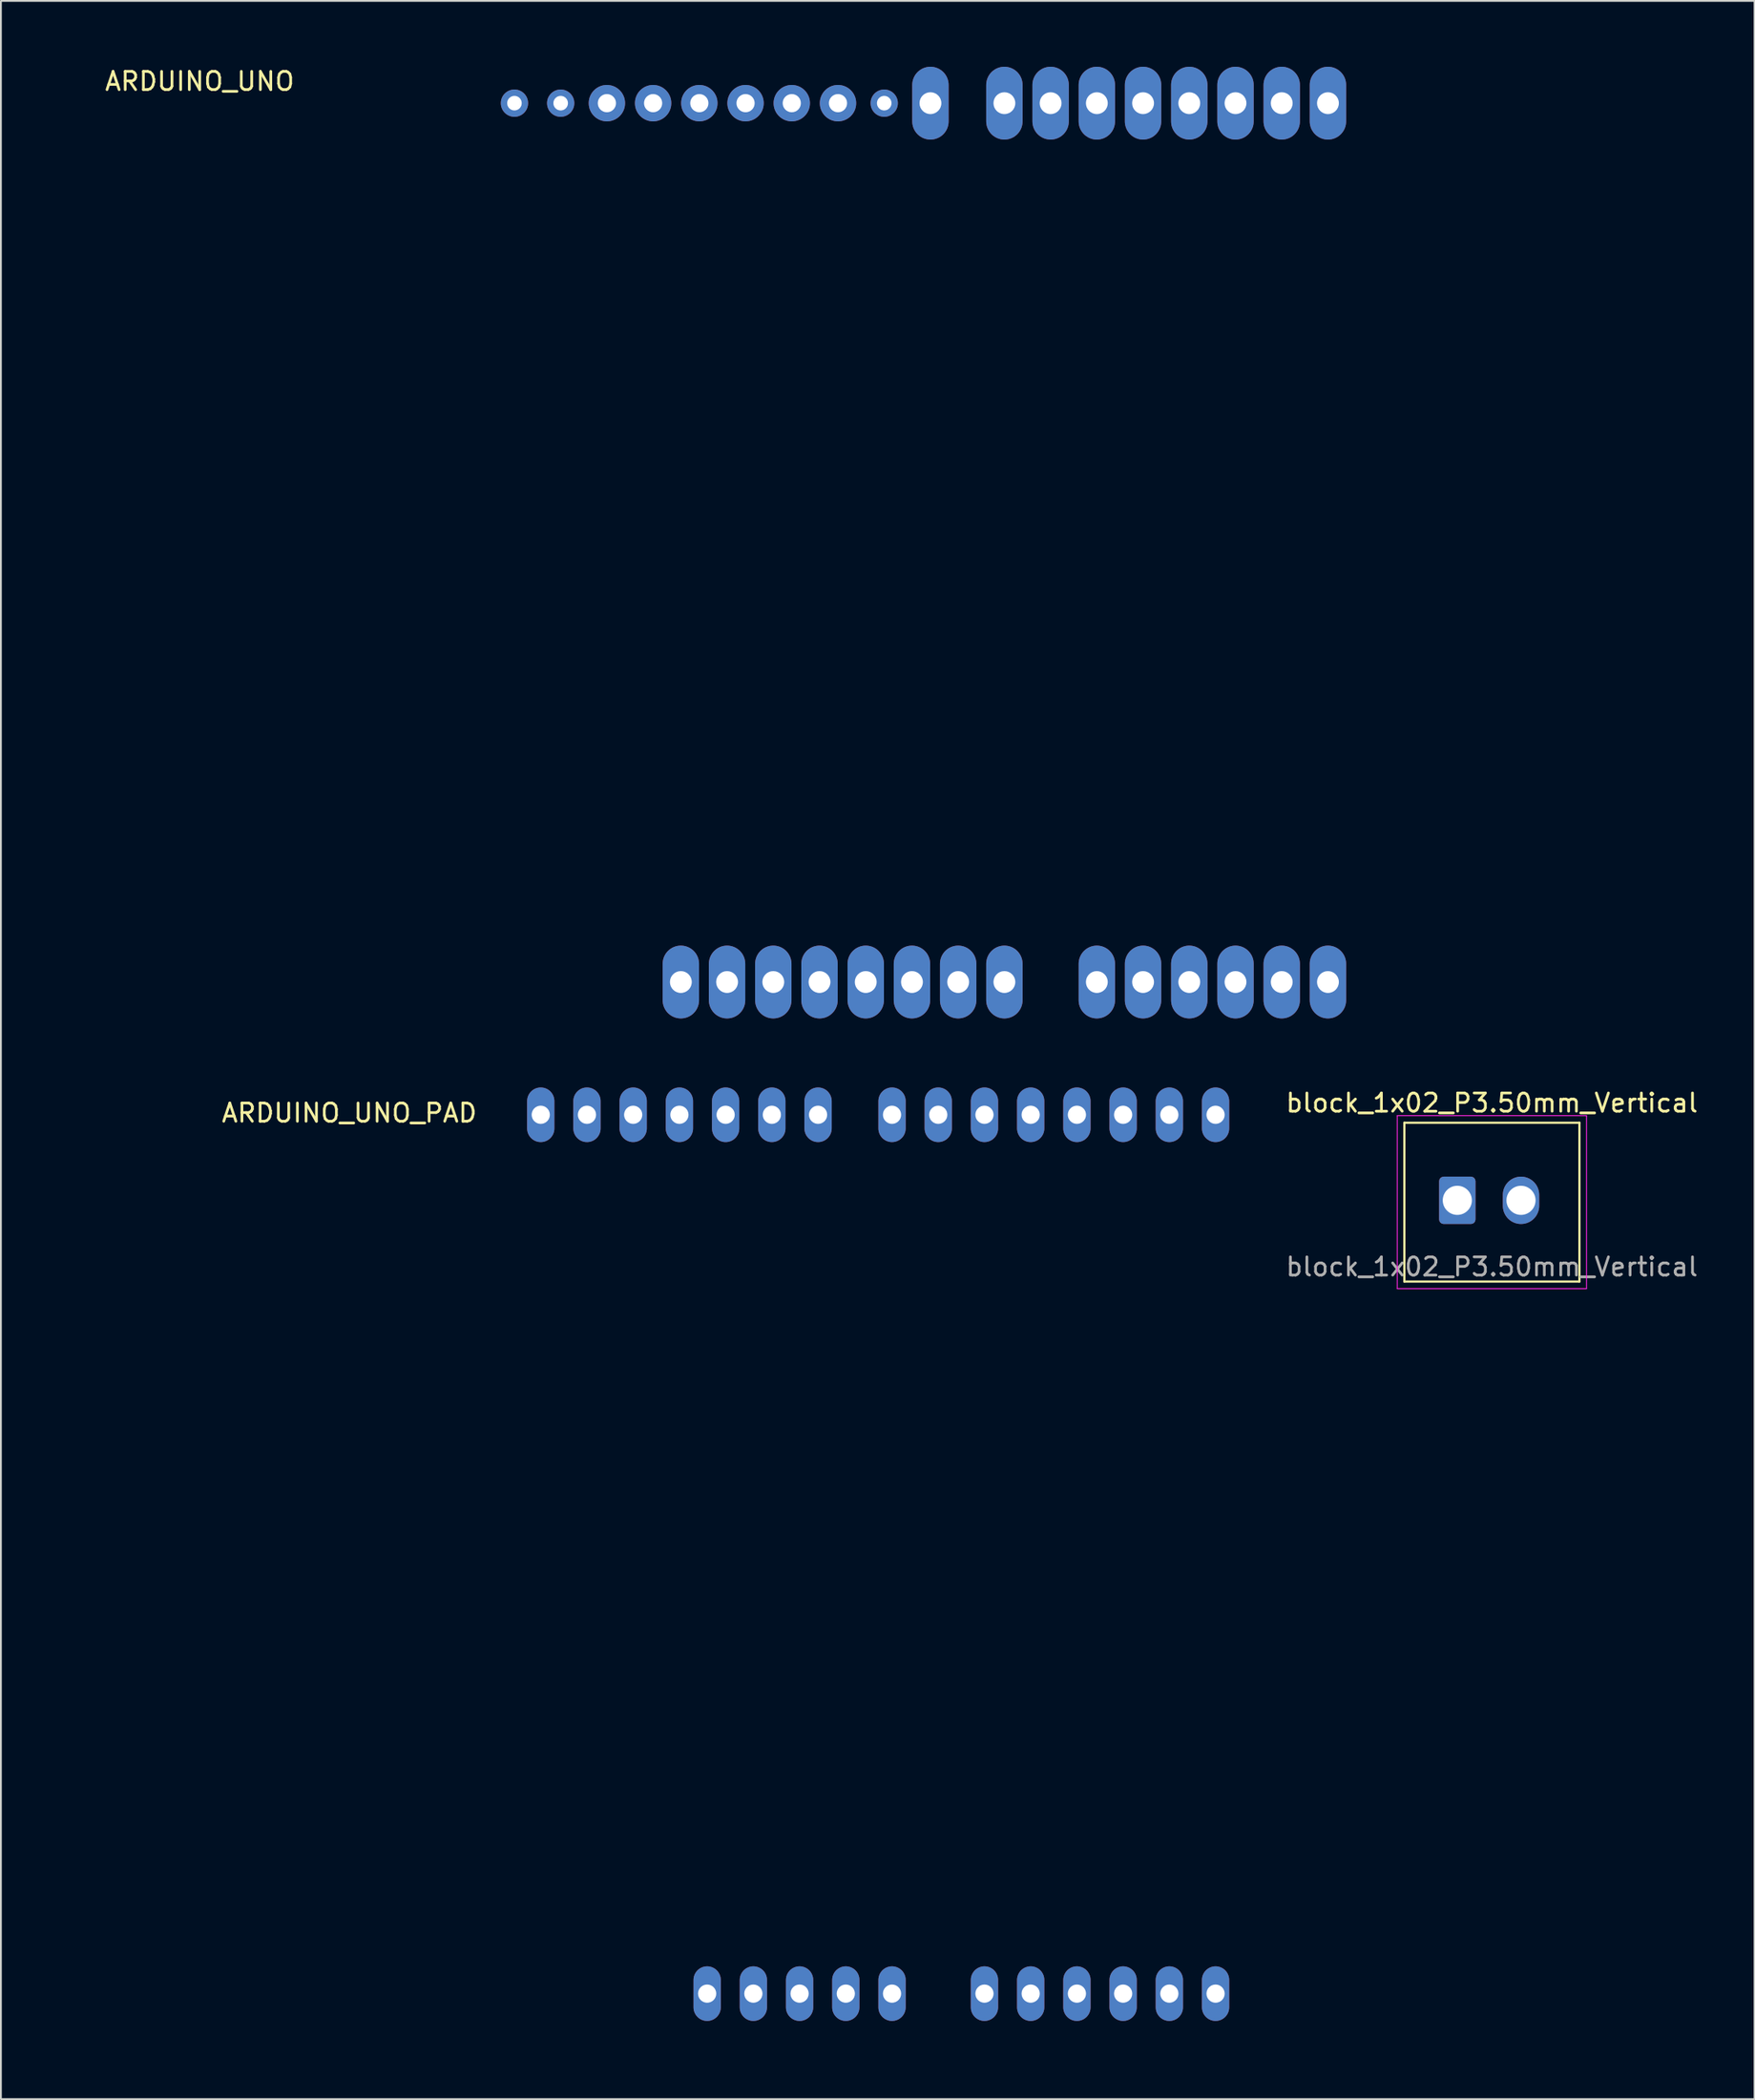
<source format=kicad_pcb>
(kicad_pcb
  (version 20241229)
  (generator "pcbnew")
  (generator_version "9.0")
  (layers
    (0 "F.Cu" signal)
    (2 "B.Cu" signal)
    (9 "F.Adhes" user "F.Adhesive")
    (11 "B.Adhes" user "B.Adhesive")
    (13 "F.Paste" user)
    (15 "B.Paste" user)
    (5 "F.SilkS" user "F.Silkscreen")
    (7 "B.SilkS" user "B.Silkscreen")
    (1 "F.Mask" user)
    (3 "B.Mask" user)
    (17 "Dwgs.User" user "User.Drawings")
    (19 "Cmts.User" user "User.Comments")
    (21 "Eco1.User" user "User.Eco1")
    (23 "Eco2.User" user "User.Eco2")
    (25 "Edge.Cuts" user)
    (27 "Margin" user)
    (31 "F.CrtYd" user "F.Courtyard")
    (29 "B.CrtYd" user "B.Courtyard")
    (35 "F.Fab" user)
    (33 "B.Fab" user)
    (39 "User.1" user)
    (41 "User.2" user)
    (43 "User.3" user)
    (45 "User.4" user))
  (footprint "ARDUINO_UNO"
    (layer "F.Cu")
    (at 6.425 53.415)
    (property "Reference" "ARDUINO_UNO" (at 1.5 -52 0) (layer "F.SilkS") (effects (font (size 1 1) (thickness 0.15))))
    (attr exclude_from_pos_files exclude_from_bom)
    (fp_line (start -6.35 -43.815) (end -6.35 -32.385) (stroke (width 0.15) (type solid)) (layer "F.Mask"))
    (fp_line (start -6.35 -32.385) (end 0 -32.385) (stroke (width 0.15) (type solid)) (layer "F.Mask"))
    (fp_line (start -1.905 -12.065) (end -1.905 -3.175) (stroke (width 0.15) (type solid)) (layer "F.Mask"))
    (fp_line (start -1.905 -3.175) (end 0 -3.175) (stroke (width 0.15) (type solid)) (layer "F.Mask"))
    (fp_line (start 0 -53.34) (end 64.516 -53.34) (stroke (width 0.15) (type solid)) (layer "F.Mask"))
    (fp_line (start 0 -43.815) (end -6.35 -43.815) (stroke (width 0.15) (type solid)) (layer "F.Mask"))
    (fp_line (start 0 -32.385) (end 9.525 -32.385) (stroke (width 0.15) (type solid)) (layer "F.Mask"))
    (fp_line (start 0 -12.065) (end -1.905 -12.065) (stroke (width 0.15) (type solid)) (layer "F.Mask"))
    (fp_line (start 0 -3.175) (end 11.43 -3.175) (stroke (width 0.15) (type solid)) (layer "F.Mask"))
    (fp_line (start 0 0) (end 0 -53.34) (stroke (width 0.15) (type solid)) (layer "F.Mask"))
    (fp_line (start 0 0) (end 66.04 0) (stroke (width 0.15) (type solid)) (layer "F.Mask"))
    (fp_line (start 9.525 -43.815) (end 0 -43.815) (stroke (width 0.15) (type solid)) (layer "F.Mask"))
    (fp_line (start 9.525 -32.385) (end 9.525 -43.815) (stroke (width 0.15) (type solid)) (layer "F.Mask"))
    (fp_line (start 11.43 -12.065) (end 0 -12.065) (stroke (width 0.15) (type solid)) (layer "F.Mask"))
    (fp_line (start 11.43 -3.175) (end 11.43 -12.065) (stroke (width 0.15) (type solid)) (layer "F.Mask"))
    (fp_line (start 64.516 -53.34) (end 66.04 -51.816) (stroke (width 0.15) (type solid)) (layer "F.Mask"))
    (fp_line (start 66.04 -40.386) (end 66.04 -51.816) (stroke (width 0.15) (type solid)) (layer "F.Mask"))
    (fp_line (start 66.04 -40.386) (end 68.58 -37.846) (stroke (width 0.15) (type solid)) (layer "F.Mask"))
    (fp_line (start 66.04 0) (end 66.04 -2.54) (stroke (width 0.15) (type solid)) (layer "F.Mask"))
    (fp_line (start 68.58 -5.08) (end 66.04 -2.54) (stroke (width 0.15) (type solid)) (layer "F.Mask"))
    (fp_line (start 68.58 -5.08) (end 68.58 -37.846) (stroke (width 0.15) (type solid)) (layer "F.Mask"))
    (fp_circle (center 13.97 -2.54) (end 15.494 -2.54) (stroke (width 0.15) (type solid)) (fill no) (layer "F.Mask"))
    (fp_circle (center 15.24 -50.8) (end 13.716 -50.8) (stroke (width 0.15) (type solid)) (fill no) (layer "F.Mask"))
    (fp_circle (center 66.04 -35.56) (end 67.564 -35.56) (stroke (width 0.15) (type solid)) (fill no) (layer "F.Mask"))
    (fp_circle (center 66.04 -7.62) (end 67.564 -7.62) (stroke (width 0.15) (type solid)) (fill no) (layer "F.Mask"))
    (pad "0" thru_hole oval (at 63.5 -50.8) (size 2 4) (drill 1.2) (layers "*.Cu" "*.Mask"))
    (pad "1" thru_hole oval (at 60.96 -50.8) (size 2 4) (drill 1.2) (layers "*.Cu" "*.Mask"))
    (pad "2" thru_hole oval (at 58.42 -50.8) (size 2 4) (drill 1.2) (layers "*.Cu" "*.Mask"))
    (pad "3" thru_hole oval (at 55.88 -50.8) (size 2 4) (drill 1.2) (layers "*.Cu" "*.Mask"))
    (pad "3V3" thru_hole oval (at 35.56 -2.54) (size 2 4) (drill 1.2) (layers "*.Cu" "*.Mask"))
    (pad "4" thru_hole oval (at 53.34 -50.8) (size 2 4) (drill 1.2) (layers "*.Cu" "*.Mask"))
    (pad "5" thru_hole oval (at 50.8 -50.8) (size 2 4) (drill 1.2) (layers "*.Cu" "*.Mask"))
    (pad "5V" thru_hole oval (at 38.1 -2.54) (size 2 4) (drill 1.2) (layers "*.Cu" "*.Mask"))
    (pad "6" thru_hole oval (at 48.26 -50.8) (size 2 4) (drill 1.2) (layers "*.Cu" "*.Mask"))
    (pad "7" thru_hole oval (at 45.72 -50.8) (size 2 4) (drill 1.2) (layers "*.Cu" "*.Mask"))
    (pad "8" thru_hole oval (at 41.656 -50.8) (size 2 4) (drill 1.2) (layers "*.Cu" "*.Mask"))
    (pad "9" thru_hole circle (at 39.116 -50.8) (size 1.5 1.5) (drill 0.8) (layers "*.Cu" "*.Mask"))
    (pad "10" thru_hole circle (at 36.576 -50.8) (size 2 2) (drill 1) (layers "*.Cu" "*.Mask"))
    (pad "11" thru_hole circle (at 34.036 -50.8) (size 2 2) (drill 1) (layers "*.Cu" "*.Mask"))
    (pad "12" thru_hole circle (at 31.496 -50.8) (size 2 2) (drill 1) (layers "*.Cu" "*.Mask"))
    (pad "13" thru_hole circle (at 28.956 -50.8) (size 2 2) (drill 1) (layers "*.Cu" "*.Mask"))
    (pad "A0" thru_hole oval (at 50.8 -2.54) (size 2 4) (drill 1.2) (layers "*.Cu" "*.Mask"))
    (pad "A1" thru_hole oval (at 53.34 -2.54) (size 2 4) (drill 1.2) (layers "*.Cu" "*.Mask"))
    (pad "A2" thru_hole oval (at 55.88 -2.54) (size 2 4) (drill 1.2) (layers "*.Cu" "*.Mask"))
    (pad "A3" thru_hole oval (at 58.42 -2.54) (size 2 4) (drill 1.2) (layers "*.Cu" "*.Mask"))
    (pad "A4" thru_hole circle (at 21.336 -50.8) (size 1.5 1.5) (drill 0.8) (layers "*.Cu" "*.Mask"))
    (pad "A4" thru_hole oval (at 60.96 -2.54) (size 2 4) (drill 1.2) (layers "*.Cu" "*.Mask"))
    (pad "A5" thru_hole circle (at 18.796 -50.8) (size 1.5 1.5) (drill 0.8) (layers "*.Cu" "*.Mask"))
    (pad "A5" thru_hole oval (at 63.5 -2.54) (size 2 4) (drill 1.2) (layers "*.Cu" "*.Mask"))
    (pad "AR" thru_hole circle (at 23.876 -50.8) (size 2 2) (drill 1) (layers "*.Cu" "*.Mask"))
    (pad "GND" thru_hole circle (at 26.416 -50.8) (size 2 2) (drill 1) (layers "*.Cu" "*.Mask"))
    (pad "GND" thru_hole oval (at 40.64 -2.54) (size 2 4) (drill 1.2) (layers "*.Cu" "*.Mask"))
    (pad "GND" thru_hole oval (at 43.18 -2.54) (size 2 4) (drill 1.2) (layers "*.Cu" "*.Mask"))
    (pad "IOR" thru_hole oval (at 30.48 -2.54) (size 2 4) (drill 1.2) (layers "*.Cu" "*.Mask"))
    (pad "NOT" thru_hole oval (at 27.94 -2.54) (size 2 4) (drill 1.2) (layers "*.Cu" "*.Mask"))
    (pad "RT" thru_hole oval (at 33.02 -2.54) (size 2 4) (drill 1.2) (layers "*.Cu" "*.Mask"))
    (pad "VIN" thru_hole oval (at 45.72 -2.54) (size 2 4) (drill 1.2) (layers "*.Cu" "*.Mask")))
  (footprint "ARDUINO_UNO_PAD"
    (layer "F.Cu")
    (at 0.25 108.965)
    (property "Reference" "ARDUINO_UNO_PAD" (at 15.9 -50.9 0) (layer "F.SilkS") (effects (font (size 1 1) (thickness 0.15))))
    (attr exclude_from_pos_files exclude_from_bom)
    (pad "" smd oval (at 18.796 -50.8) (size 1.5 3) (layers "F.Paste"))
    (pad "" smd oval (at 21.336 -50.8) (size 1.5 3) (layers "F.Paste"))
    (pad "" smd oval (at 23.876 -50.8) (size 1.5 3) (layers "F.Paste"))
    (pad "" smd oval (at 27.94 -2.54) (size 1.5 3) (layers "F.Paste"))
    (pad "" smd oval (at 30.48 -2.54) (size 1.5 3) (layers "F.Paste"))
    (pad "" smd oval (at 33.02 -2.54) (size 1.5 3) (layers "F.Paste"))
    (pad "0" thru_hole oval (at 63.5 -50.8) (size 1.5 3) (drill 1) (layers "*.Cu" "*.Mask"))
    (pad "1" thru_hole oval (at 60.96 -50.8) (size 1.5 3) (drill 1) (layers "*.Cu" "*.Mask"))
    (pad "2" thru_hole oval (at 58.42 -50.8) (size 1.5 3) (drill 1) (layers "*.Cu" "*.Mask"))
    (pad "3" thru_hole oval (at 55.88 -50.8) (size 1.5 3) (drill 1) (layers "*.Cu" "*.Mask"))
    (pad "3V3" thru_hole oval (at 35.56 -2.54) (size 1.5 3) (drill 1) (layers "*.Cu" "*.Mask"))
    (pad "4" thru_hole oval (at 53.34 -50.8) (size 1.5 3) (drill 1) (layers "*.Cu" "*.Mask"))
    (pad "5" thru_hole oval (at 50.8 -50.8) (size 1.5 3) (drill 1) (layers "*.Cu" "*.Mask"))
    (pad "5V" thru_hole oval (at 38.1 -2.54) (size 1.5 3) (drill 1) (layers "*.Cu" "*.Mask"))
    (pad "6" thru_hole oval (at 48.26 -50.8) (size 1.5 3) (drill 1) (layers "*.Cu" "*.Mask"))
    (pad "7" thru_hole oval (at 45.72 -50.8) (size 1.5 3) (drill 1) (layers "*.Cu" "*.Mask"))
    (pad "8" thru_hole oval (at 41.656 -50.8) (size 1.5 3) (drill 1) (layers "*.Cu" "*.Mask"))
    (pad "9" thru_hole oval (at 39.116 -50.8) (size 1.5 3) (drill 1) (layers "*.Cu" "*.Mask"))
    (pad "10" thru_hole oval (at 36.576 -50.8) (size 1.5 3) (drill 1) (layers "*.Cu" "*.Mask"))
    (pad "11" thru_hole oval (at 34.036 -50.8) (size 1.5 3) (drill 1) (layers "*.Cu" "*.Mask"))
    (pad "12" thru_hole oval (at 31.496 -50.8) (size 1.5 3) (drill 1) (layers "*.Cu" "*.Mask"))
    (pad "13" thru_hole oval (at 28.956 -50.8) (size 1.5 3) (drill 1) (layers "*.Cu" "*.Mask"))
    (pad "A0" thru_hole oval (at 50.8 -2.54) (size 1.5 3) (drill 1) (layers "*.Cu" "*.Mask"))
    (pad "A1" thru_hole oval (at 53.34 -2.54) (size 1.5 3) (drill 1) (layers "*.Cu" "*.Mask"))
    (pad "A2" thru_hole oval (at 55.88 -2.54) (size 1.5 3) (drill 1) (layers "*.Cu" "*.Mask"))
    (pad "A3" thru_hole oval (at 58.42 -2.54) (size 1.5 3) (drill 1) (layers "*.Cu" "*.Mask"))
    (pad "A4" thru_hole oval (at 60.96 -2.54) (size 1.5 3) (drill 1) (layers "*.Cu" "*.Mask"))
    (pad "A5" thru_hole oval (at 63.5 -2.54) (size 1.5 3) (drill 1) (layers "*.Cu" "*.Mask"))
    (pad "GND" thru_hole oval (at 26.416 -50.8) (size 1.5 3) (drill 1) (layers "*.Cu" "*.Mask"))
    (pad "GND" thru_hole oval (at 40.64 -2.54) (size 1.5 3) (drill 1) (layers "*.Cu" "*.Mask"))
    (pad "GND" thru_hole oval (at 43.18 -2.54) (size 1.5 3) (drill 1) (layers "*.Cu" "*.Mask"))
    (pad "VIN" thru_hole oval (at 45.72 -2.54) (size 1.5 3) (drill 1) (layers "*.Cu" "*.Mask")))
  (footprint "block_1x02_P3.50mm_Vertical"
    (layer "F.Cu")
    (at 77.035 62.863)
    (property "Reference" "block_1x02_P3.50mm_Vertical" (at 1.9 -5.35 0) (layer "F.SilkS") (effects (font (size 1 1) (thickness 0.15))))
    (attr through_hole)
    (fp_line (start -2.91 -4.26) (end -2.91 4.46) (stroke (width 0.12) (type solid)) (layer "F.SilkS"))
    (fp_line (start -2.91 4.46) (end 6.71 4.46) (stroke (width 0.12) (type solid)) (layer "F.SilkS"))
    (fp_line (start 6.71 -4.26) (end -2.91 -4.26) (stroke (width 0.12) (type solid)) (layer "F.SilkS"))
    (fp_line (start 6.71 4.46) (end 6.71 -4.26) (stroke (width 0.12) (type solid)) (layer "F.SilkS"))
    (fp_line (start -3.3 -4.65) (end -3.3 4.85) (stroke (width 0.05) (type solid)) (layer "F.CrtYd"))
    (fp_line (start -3.3 4.85) (end 7.1 4.85) (stroke (width 0.05) (type solid)) (layer "F.CrtYd"))
    (fp_line (start 7.1 -4.65) (end -3.3 -4.65) (stroke (width 0.05) (type solid)) (layer "F.CrtYd"))
    (fp_line (start 7.1 4.85) (end 7.1 -4.65) (stroke (width 0.05) (type solid)) (layer "F.CrtYd"))
    (fp_text user "${REFERENCE}" (at 1.9 3.65 0) (layer "F.Fab") (effects (font (size 1 1) (thickness 0.15))))
    (pad "1" thru_hole roundrect (at 0 0) (size 2 2.6) (drill 1.6) (layers "*.Cu" "*.Mask") (roundrect_rratio 0.125))
    (pad "2" thru_hole oval (at 3.5 0) (size 2 2.6) (drill 1.6) (layers "*.Cu" "*.Mask")))
  (gr_rect
    (start -3 -3)
    (end 93.369 112.215)
    (stroke (width 0.1) (type default))
    (fill no)
    (layer "Edge.Cuts")))
</source>
